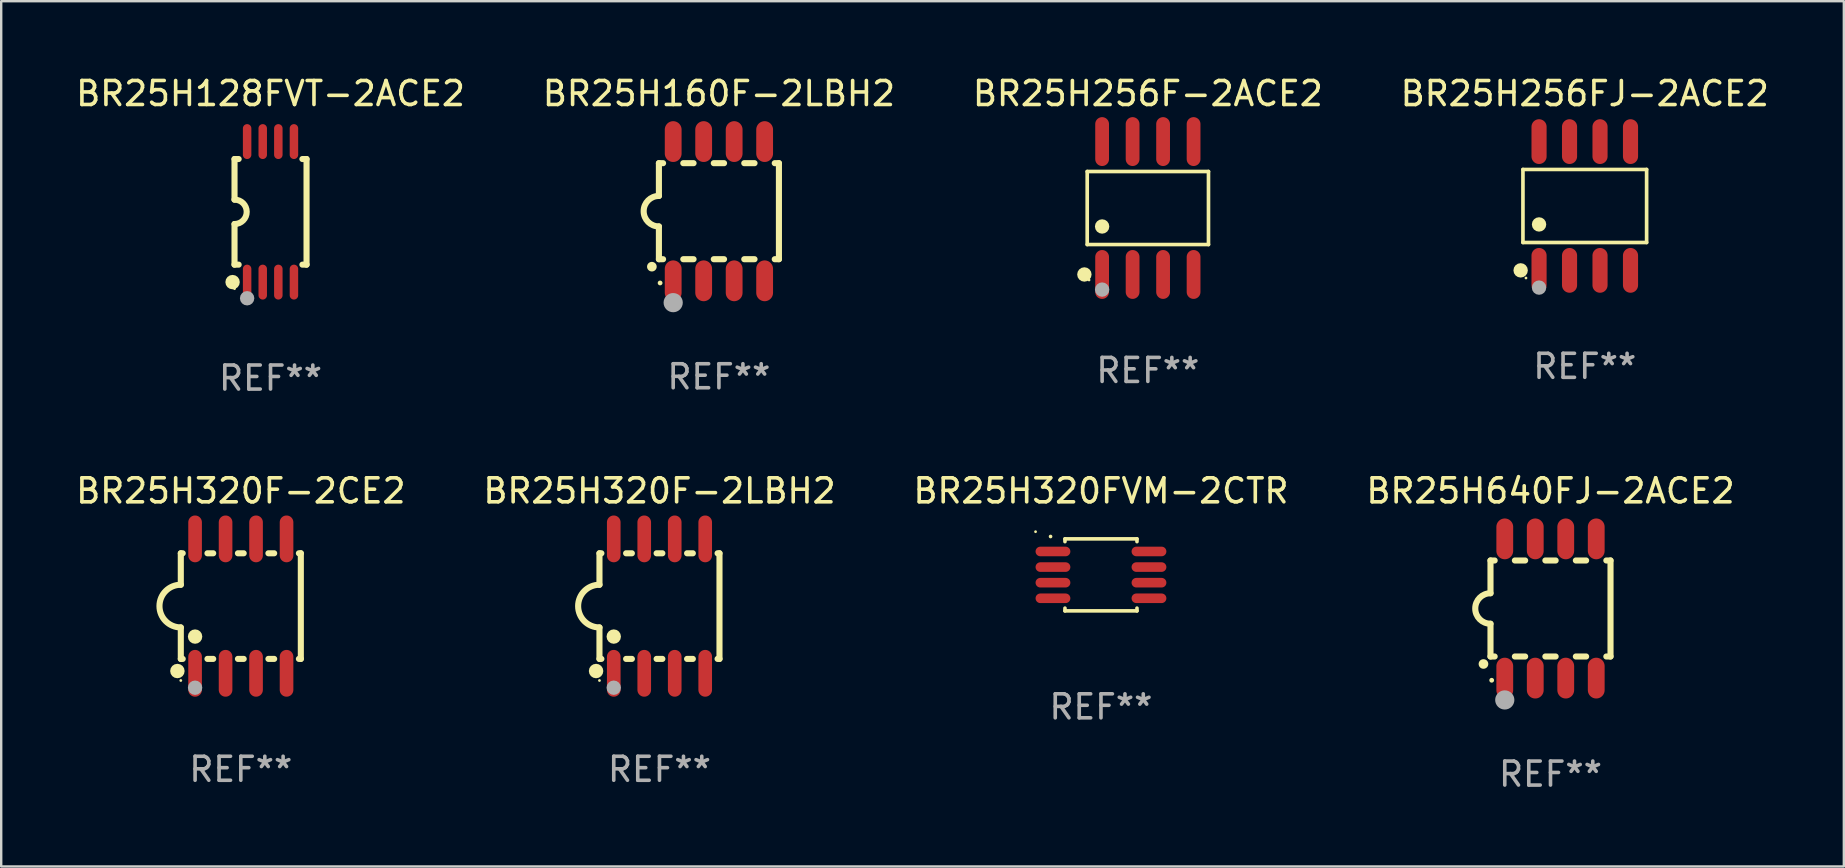
<source format=kicad_pcb>
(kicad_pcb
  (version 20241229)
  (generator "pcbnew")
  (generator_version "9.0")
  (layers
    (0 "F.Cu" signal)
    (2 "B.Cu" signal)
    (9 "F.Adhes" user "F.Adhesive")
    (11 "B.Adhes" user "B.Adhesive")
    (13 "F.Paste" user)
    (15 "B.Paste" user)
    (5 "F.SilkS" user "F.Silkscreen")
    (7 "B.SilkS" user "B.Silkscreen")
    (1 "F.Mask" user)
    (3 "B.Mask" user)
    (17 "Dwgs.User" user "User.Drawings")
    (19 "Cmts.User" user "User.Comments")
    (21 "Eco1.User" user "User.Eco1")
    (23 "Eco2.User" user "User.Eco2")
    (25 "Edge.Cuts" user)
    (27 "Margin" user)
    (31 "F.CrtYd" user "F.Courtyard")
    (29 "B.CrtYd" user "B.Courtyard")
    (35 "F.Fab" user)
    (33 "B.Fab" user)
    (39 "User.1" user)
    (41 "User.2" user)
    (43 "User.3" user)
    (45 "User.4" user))
  (footprint "BR25H320FVM-2CTR"
    (layer "F.Cu")
    (at 42.815 20.899)
    (property "Reference" "BR25H320FVM-2CTR" (at 0 -3.5 0) (layer "F.SilkS") (effects (font (size 1 1) (thickness 0.15))))
    (attr through_hole)
    (fp_line (start -1.5 -1.5) (end 1.5 -1.5) (stroke (width 0.15) (type solid)) (layer "F.SilkS"))
    (fp_line (start -1.5 -1.385) (end -1.5 -1.5) (stroke (width 0.15) (type solid)) (layer "F.SilkS"))
    (fp_line (start -1.5 1.5) (end -1.5 1.385) (stroke (width 0.15) (type solid)) (layer "F.SilkS"))
    (fp_line (start 1.5 -1.5) (end 1.5 -1.385) (stroke (width 0.15) (type solid)) (layer "F.SilkS"))
    (fp_line (start 1.5 1.385) (end 1.5 1.5) (stroke (width 0.15) (type solid)) (layer "F.SilkS"))
    (fp_line (start 1.5 1.5) (end -1.5 1.5) (stroke (width 0.15) (type solid)) (layer "F.SilkS"))
    (fp_arc (start -2.099873 -1.59746) (mid -2.099879 -1.59873) (end -2.099873 -1.6) (stroke (width 0.150013) (type solid)) (layer "F.SilkS"))
    (fp_circle (center -2.725 -1.799) (end -2.695 -1.799) (stroke (width 0.06) (type solid)) (fill no) (layer "F.SilkS"))
    (fp_text user "REF**" (at 0 5.5 0) (layer "F.Fab") (effects (font (size 1 1) (thickness 0.15))))
    (pad "1" smd oval (at -2 -0.975 180) (size 1.45 0.4) (layers "F.Cu" "F.Mask" "F.Paste"))
    (pad "2" smd oval (at -2 -0.325 180) (size 1.45 0.4) (layers "F.Cu" "F.Mask" "F.Paste"))
    (pad "3" smd oval (at -2 0.325 180) (size 1.45 0.4) (layers "F.Cu" "F.Mask" "F.Paste"))
    (pad "4" smd oval (at -2 0.975 180) (size 1.45 0.4) (layers "F.Cu" "F.Mask" "F.Paste"))
    (pad "5" smd oval (at 2 0.975 180) (size 1.45 0.4) (layers "F.Cu" "F.Mask" "F.Paste"))
    (pad "6" smd oval (at 2 0.325 180) (size 1.45 0.4) (layers "F.Cu" "F.Mask" "F.Paste"))
    (pad "7" smd oval (at 2 -0.325 180) (size 1.45 0.4) (layers "F.Cu" "F.Mask" "F.Paste"))
    (pad "8" smd oval (at 2 -0.976 180) (size 1.45 0.4) (layers "F.Cu" "F.Mask" "F.Paste")))
  (footprint "BR25H320F-2LBH2"
    (layer "F.Cu")
    (at 24.423 22.199)
    (property "Reference" "BR25H320F-2LBH2" (at 0 -4.8 0) (layer "F.SilkS") (effects (font (size 1 1) (thickness 0.15))))
    (attr through_hole)
    (fp_line (start -2.5 -2.2) (end -2.5 -0.889) (stroke (width 0.254) (type solid)) (layer "F.SilkS"))
    (fp_line (start -2.5 2.2) (end -2.5 0.889) (stroke (width 0.254) (type solid)) (layer "F.SilkS"))
    (fp_line (start -2.42 -2.2) (end -2.5 -2.2) (stroke (width 0.254) (type solid)) (layer "F.SilkS"))
    (fp_line (start -2.42 2.2) (end -2.5 2.2) (stroke (width 0.254) (type solid)) (layer "F.SilkS"))
    (fp_line (start -1.15 -2.2) (end -1.39 -2.2) (stroke (width 0.254) (type solid)) (layer "F.SilkS"))
    (fp_line (start -1.15 2.2) (end -1.39 2.2) (stroke (width 0.254) (type solid)) (layer "F.SilkS"))
    (fp_line (start 0.12 -2.2) (end -0.12 -2.2) (stroke (width 0.254) (type solid)) (layer "F.SilkS"))
    (fp_line (start 0.12 2.2) (end -0.12 2.2) (stroke (width 0.254) (type solid)) (layer "F.SilkS"))
    (fp_line (start 1.39 -2.2) (end 1.15 -2.2) (stroke (width 0.254) (type solid)) (layer "F.SilkS"))
    (fp_line (start 1.39 2.2) (end 1.15 2.2) (stroke (width 0.254) (type solid)) (layer "F.SilkS"))
    (fp_line (start 2.5 -2.2) (end 2.42 -2.2) (stroke (width 0.254) (type solid)) (layer "F.SilkS"))
    (fp_line (start 2.5 -2.2) (end 2.5 2.2) (stroke (width 0.254) (type solid)) (layer "F.SilkS"))
    (fp_line (start 2.5 2.2) (end 2.42 2.2) (stroke (width 0.254) (type solid)) (layer "F.SilkS"))
    (fp_arc (start -2.5 0.889002) (mid -3.388367 -0.000318) (end -2.499365 -0.889002) (stroke (width 0.254001) (type solid)) (layer "F.SilkS"))
    (fp_circle (center -2.642 2.705) (end -2.491 2.705) (stroke (width 0.3) (type solid)) (fill no) (layer "F.SilkS"))
    (fp_circle (center -2.5 3.1) (end -2.47 3.1) (stroke (width 0.06) (type solid)) (fill no) (layer "F.SilkS"))
    (fp_circle (center -1.905 1.27) (end -1.755 1.27) (stroke (width 0.3) (type solid)) (fill no) (layer "F.SilkS"))
    (fp_circle (center -1.905 3.4) (end -1.755 3.4) (stroke (width 0.3) (type solid)) (fill no) (layer "F.Fab"))
    (fp_text user "REF**" (at 0 6.8 0) (layer "F.Fab") (effects (font (size 1 1) (thickness 0.15))))
    (pad "1" smd oval (at -1.905 2.8) (size 0.568 1.95) (layers "F.Cu" "F.Mask" "F.Paste"))
    (pad "2" smd oval (at -0.635 2.8) (size 0.568 1.95) (layers "F.Cu" "F.Mask" "F.Paste"))
    (pad "3" smd oval (at 0.635 2.8) (size 0.568 1.95) (layers "F.Cu" "F.Mask" "F.Paste"))
    (pad "4" smd oval (at 1.905 2.8) (size 0.568 1.95) (layers "F.Cu" "F.Mask" "F.Paste"))
    (pad "5" smd oval (at 1.905 -2.8) (size 0.568 1.95) (layers "F.Cu" "F.Mask" "F.Paste"))
    (pad "6" smd oval (at 0.635 -2.8) (size 0.568 1.95) (layers "F.Cu" "F.Mask" "F.Paste"))
    (pad "7" smd oval (at -0.635 -2.8) (size 0.568 1.95) (layers "F.Cu" "F.Mask" "F.Paste"))
    (pad "8" smd oval (at -1.905 -2.8) (size 0.568 1.95) (layers "F.Cu" "F.Mask" "F.Paste")))
  (footprint "BR25H256F-2ACE2"
    (layer "F.Cu")
    (at 44.768 5.616)
    (property "Reference" "BR25H256F-2ACE2" (at 0 -4.768 0) (layer "F.SilkS") (effects (font (size 1 1) (thickness 0.15))))
    (attr through_hole)
    (fp_line (start -2.526 -1.521) (end 2.526 -1.521) (stroke (width 0.152) (type solid)) (layer "F.SilkS"))
    (fp_line (start -2.526 1.521) (end -2.526 -1.521) (stroke (width 0.152) (type solid)) (layer "F.SilkS"))
    (fp_line (start 2.526 -1.521) (end 2.526 1.521) (stroke (width 0.152) (type solid)) (layer "F.SilkS"))
    (fp_line (start 2.526 1.521) (end -2.526 1.521) (stroke (width 0.152) (type solid)) (layer "F.SilkS"))
    (fp_circle (center -2.644 2.768) (end -2.494 2.768) (stroke (width 0.3) (type solid)) (fill no) (layer "F.SilkS"))
    (fp_circle (center -2.45 2.998) (end -2.42 2.998) (stroke (width 0.06) (type solid)) (fill no) (layer "F.SilkS"))
    (fp_circle (center -1.905 0.769) (end -1.755 0.769) (stroke (width 0.3) (type solid)) (fill no) (layer "F.SilkS"))
    (fp_circle (center -1.905 3.398) (end -1.755 3.398) (stroke (width 0.3) (type solid)) (fill no) (layer "F.Fab"))
    (fp_text user "REF**" (at 0 6.768 0) (layer "F.Fab") (effects (font (size 1 1) (thickness 0.15))))
    (pad "1" smd oval (at -1.905 2.768) (size 0.574 2.036) (layers "F.Cu" "F.Mask" "F.Paste"))
    (pad "2" smd oval (at -0.635 2.768) (size 0.574 2.036) (layers "F.Cu" "F.Mask" "F.Paste"))
    (pad "3" smd oval (at 0.635 2.768) (size 0.574 2.036) (layers "F.Cu" "F.Mask" "F.Paste"))
    (pad "4" smd oval (at 1.905 2.768) (size 0.574 2.036) (layers "F.Cu" "F.Mask" "F.Paste"))
    (pad "5" smd oval (at 1.905 -2.768) (size 0.574 2.036) (layers "F.Cu" "F.Mask" "F.Paste"))
    (pad "6" smd oval (at 0.635 -2.768) (size 0.574 2.036) (layers "F.Cu" "F.Mask" "F.Paste"))
    (pad "7" smd oval (at -0.635 -2.768) (size 0.574 2.036) (layers "F.Cu" "F.Mask" "F.Paste"))
    (pad "8" smd oval (at -1.905 -2.768) (size 0.574 2.036) (layers "F.Cu" "F.Mask" "F.Paste")))
  (footprint "BR25H640FJ-2ACE2"
    (layer "F.Cu")
    (at 61.542 22.299)
    (property "Reference" "BR25H640FJ-2ACE2" (at 0 -4.9 0) (layer "F.SilkS") (effects (font (size 1 1) (thickness 0.15))))
    (attr through_hole)
    (fp_line (start -2.5 -2) (end -2.5 -0.635) (stroke (width 0.254) (type solid)) (layer "F.SilkS"))
    (fp_line (start -2.5 -2) (end -2.326 -2) (stroke (width 0.254) (type solid)) (layer "F.SilkS"))
    (fp_line (start -2.5 2) (end -2.5 0.635) (stroke (width 0.254) (type solid)) (layer "F.SilkS"))
    (fp_line (start -2.5 2) (end -2.326 2) (stroke (width 0.254) (type solid)) (layer "F.SilkS"))
    (fp_line (start -1.484 -2) (end -1.056 -2) (stroke (width 0.254) (type solid)) (layer "F.SilkS"))
    (fp_line (start -1.484 2) (end -1.056 2) (stroke (width 0.254) (type solid)) (layer "F.SilkS"))
    (fp_line (start -0.214 -2) (end 0.214 -2) (stroke (width 0.254) (type solid)) (layer "F.SilkS"))
    (fp_line (start -0.214 2) (end 0.214 2) (stroke (width 0.254) (type solid)) (layer "F.SilkS"))
    (fp_line (start 1.056 -2) (end 1.484 -2) (stroke (width 0.254) (type solid)) (layer "F.SilkS"))
    (fp_line (start 1.056 2) (end 1.484 2) (stroke (width 0.254) (type solid)) (layer "F.SilkS"))
    (fp_line (start 2.326 -2) (end 2.5 -2) (stroke (width 0.254) (type solid)) (layer "F.SilkS"))
    (fp_line (start 2.326 2) (end 2.5 2) (stroke (width 0.254) (type solid)) (layer "F.SilkS"))
    (fp_line (start 2.5 -2) (end 2.5 2) (stroke (width 0.254) (type solid)) (layer "F.SilkS"))
    (fp_arc (start -2.794006 2.311405) (mid -2.792736 2.311401) (end -2.791466 2.311405) (stroke (width 0.4) (type solid)) (layer "F.SilkS"))
    (fp_arc (start -2.5 0.635001) (mid -3.134366 -0.000318) (end -2.499365 -0.635001) (stroke (width 0.254001) (type solid)) (layer "F.SilkS"))
    (fp_circle (center -2.45 2.99) (end -2.4 2.99) (stroke (width 0.1) (type solid)) (fill no) (layer "F.SilkS"))
    (fp_circle (center -1.905 3.81) (end -1.705 3.81) (stroke (width 0.4) (type solid)) (fill no) (layer "F.Fab"))
    (fp_text user "REF**" (at 0 6.9 0) (layer "F.Fab") (effects (font (size 1 1) (thickness 0.15))))
    (pad "1" smd oval (at -1.905 2.9 180) (size 0.7 1.7) (layers "F.Cu" "F.Mask" "F.Paste"))
    (pad "2" smd oval (at -0.635 2.9 180) (size 0.7 1.7) (layers "F.Cu" "F.Mask" "F.Paste"))
    (pad "3" smd oval (at 0.635 2.9 180) (size 0.7 1.7) (layers "F.Cu" "F.Mask" "F.Paste"))
    (pad "4" smd oval (at 1.905 2.9 180) (size 0.7 1.7) (layers "F.Cu" "F.Mask" "F.Paste"))
    (pad "5" smd oval (at 1.905 -2.9 180) (size 0.7 1.7) (layers "F.Cu" "F.Mask" "F.Paste"))
    (pad "6" smd oval (at 0.635 -2.9 180) (size 0.7 1.7) (layers "F.Cu" "F.Mask" "F.Paste"))
    (pad "7" smd oval (at -0.635 -2.9 180) (size 0.7 1.7) (layers "F.Cu" "F.Mask" "F.Paste"))
    (pad "8" smd oval (at -1.905 -2.9 180) (size 0.7 1.7) (layers "F.Cu" "F.Mask" "F.Paste")))
  (footprint "BR25H320F-2CE2"
    (layer "F.Cu")
    (at 6.982 22.199)
    (property "Reference" "BR25H320F-2CE2" (at 0 -4.8 0) (layer "F.SilkS") (effects (font (size 1 1) (thickness 0.15))))
    (attr through_hole)
    (fp_line (start -2.5 -2.2) (end -2.5 -0.889) (stroke (width 0.254) (type solid)) (layer "F.SilkS"))
    (fp_line (start -2.5 2.2) (end -2.5 0.889) (stroke (width 0.254) (type solid)) (layer "F.SilkS"))
    (fp_line (start -2.42 -2.2) (end -2.5 -2.2) (stroke (width 0.254) (type solid)) (layer "F.SilkS"))
    (fp_line (start -2.42 2.2) (end -2.5 2.2) (stroke (width 0.254) (type solid)) (layer "F.SilkS"))
    (fp_line (start -1.15 -2.2) (end -1.39 -2.2) (stroke (width 0.254) (type solid)) (layer "F.SilkS"))
    (fp_line (start -1.15 2.2) (end -1.39 2.2) (stroke (width 0.254) (type solid)) (layer "F.SilkS"))
    (fp_line (start 0.12 -2.2) (end -0.12 -2.2) (stroke (width 0.254) (type solid)) (layer "F.SilkS"))
    (fp_line (start 0.12 2.2) (end -0.12 2.2) (stroke (width 0.254) (type solid)) (layer "F.SilkS"))
    (fp_line (start 1.39 -2.2) (end 1.15 -2.2) (stroke (width 0.254) (type solid)) (layer "F.SilkS"))
    (fp_line (start 1.39 2.2) (end 1.15 2.2) (stroke (width 0.254) (type solid)) (layer "F.SilkS"))
    (fp_line (start 2.5 -2.2) (end 2.42 -2.2) (stroke (width 0.254) (type solid)) (layer "F.SilkS"))
    (fp_line (start 2.5 -2.2) (end 2.5 2.2) (stroke (width 0.254) (type solid)) (layer "F.SilkS"))
    (fp_line (start 2.5 2.2) (end 2.42 2.2) (stroke (width 0.254) (type solid)) (layer "F.SilkS"))
    (fp_arc (start -2.5 0.889002) (mid -3.388367 -0.000318) (end -2.499365 -0.889002) (stroke (width 0.254001) (type solid)) (layer "F.SilkS"))
    (fp_circle (center -2.642 2.705) (end -2.491 2.705) (stroke (width 0.3) (type solid)) (fill no) (layer "F.SilkS"))
    (fp_circle (center -2.5 3.1) (end -2.47 3.1) (stroke (width 0.06) (type solid)) (fill no) (layer "F.SilkS"))
    (fp_circle (center -1.905 1.27) (end -1.755 1.27) (stroke (width 0.3) (type solid)) (fill no) (layer "F.SilkS"))
    (fp_circle (center -1.905 3.4) (end -1.755 3.4) (stroke (width 0.3) (type solid)) (fill no) (layer "F.Fab"))
    (fp_text user "REF**" (at 0 6.8 0) (layer "F.Fab") (effects (font (size 1 1) (thickness 0.15))))
    (pad "1" smd oval (at -1.905 2.8) (size 0.568 1.95) (layers "F.Cu" "F.Mask" "F.Paste"))
    (pad "2" smd oval (at -0.635 2.8) (size 0.568 1.95) (layers "F.Cu" "F.Mask" "F.Paste"))
    (pad "3" smd oval (at 0.635 2.8) (size 0.568 1.95) (layers "F.Cu" "F.Mask" "F.Paste"))
    (pad "4" smd oval (at 1.905 2.8) (size 0.568 1.95) (layers "F.Cu" "F.Mask" "F.Paste"))
    (pad "5" smd oval (at 1.905 -2.8) (size 0.568 1.95) (layers "F.Cu" "F.Mask" "F.Paste"))
    (pad "6" smd oval (at 0.635 -2.8) (size 0.568 1.95) (layers "F.Cu" "F.Mask" "F.Paste"))
    (pad "7" smd oval (at -0.635 -2.8) (size 0.568 1.95) (layers "F.Cu" "F.Mask" "F.Paste"))
    (pad "8" smd oval (at -1.905 -2.8) (size 0.568 1.95) (layers "F.Cu" "F.Mask" "F.Paste")))
  (footprint "BR25H256FJ-2ACE2"
    (layer "F.Cu")
    (at 62.97 5.531)
    (property "Reference" "BR25H256FJ-2ACE2" (at 0 -4.682 0) (layer "F.SilkS") (effects (font (size 1 1) (thickness 0.15))))
    (attr through_hole)
    (fp_line (start -2.576 -1.521) (end 2.576 -1.521) (stroke (width 0.152) (type solid)) (layer "F.SilkS"))
    (fp_line (start -2.576 1.521) (end -2.576 -1.521) (stroke (width 0.152) (type solid)) (layer "F.SilkS"))
    (fp_line (start 2.576 -1.521) (end 2.576 1.521) (stroke (width 0.152) (type solid)) (layer "F.SilkS"))
    (fp_line (start 2.576 1.521) (end -2.576 1.521) (stroke (width 0.152) (type solid)) (layer "F.SilkS"))
    (fp_circle (center -2.672 2.682) (end -2.522 2.682) (stroke (width 0.3) (type solid)) (fill no) (layer "F.SilkS"))
    (fp_circle (center -2.45 3) (end -2.42 3) (stroke (width 0.06) (type solid)) (fill no) (layer "F.SilkS"))
    (fp_circle (center -1.905 0.769) (end -1.755 0.769) (stroke (width 0.3) (type solid)) (fill no) (layer "F.SilkS"))
    (fp_circle (center -1.905 3.4) (end -1.755 3.4) (stroke (width 0.3) (type solid)) (fill no) (layer "F.Fab"))
    (fp_text user "REF**" (at 0 6.682 0) (layer "F.Fab") (effects (font (size 1 1) (thickness 0.15))))
    (pad "1" smd oval (at -1.905 2.682) (size 0.63 1.865) (layers "F.Cu" "F.Mask" "F.Paste"))
    (pad "2" smd oval (at -0.635 2.682) (size 0.63 1.865) (layers "F.Cu" "F.Mask" "F.Paste"))
    (pad "3" smd oval (at 0.635 2.682) (size 0.63 1.865) (layers "F.Cu" "F.Mask" "F.Paste"))
    (pad "4" smd oval (at 1.905 2.682) (size 0.63 1.865) (layers "F.Cu" "F.Mask" "F.Paste"))
    (pad "5" smd oval (at 1.905 -2.682) (size 0.63 1.865) (layers "F.Cu" "F.Mask" "F.Paste"))
    (pad "6" smd oval (at 0.635 -2.682) (size 0.63 1.865) (layers "F.Cu" "F.Mask" "F.Paste"))
    (pad "7" smd oval (at -0.635 -2.682) (size 0.63 1.865) (layers "F.Cu" "F.Mask" "F.Paste"))
    (pad "8" smd oval (at -1.905 -2.682) (size 0.63 1.865) (layers "F.Cu" "F.Mask" "F.Paste")))
  (footprint "BR25H160F-2LBH2"
    (layer "F.Cu")
    (at 26.899 5.748)
    (property "Reference" "BR25H160F-2LBH2" (at 0 -4.9 0) (layer "F.SilkS") (effects (font (size 1 1) (thickness 0.15))))
    (attr through_hole)
    (fp_line (start -2.5 -2) (end -2.5 -0.635) (stroke (width 0.254) (type solid)) (layer "F.SilkS"))
    (fp_line (start -2.5 -2) (end -2.326 -2) (stroke (width 0.254) (type solid)) (layer "F.SilkS"))
    (fp_line (start -2.5 2) (end -2.5 0.635) (stroke (width 0.254) (type solid)) (layer "F.SilkS"))
    (fp_line (start -2.5 2) (end -2.326 2) (stroke (width 0.254) (type solid)) (layer "F.SilkS"))
    (fp_line (start -1.484 -2) (end -1.056 -2) (stroke (width 0.254) (type solid)) (layer "F.SilkS"))
    (fp_line (start -1.484 2) (end -1.056 2) (stroke (width 0.254) (type solid)) (layer "F.SilkS"))
    (fp_line (start -0.214 -2) (end 0.214 -2) (stroke (width 0.254) (type solid)) (layer "F.SilkS"))
    (fp_line (start -0.214 2) (end 0.214 2) (stroke (width 0.254) (type solid)) (layer "F.SilkS"))
    (fp_line (start 1.056 -2) (end 1.484 -2) (stroke (width 0.254) (type solid)) (layer "F.SilkS"))
    (fp_line (start 1.056 2) (end 1.484 2) (stroke (width 0.254) (type solid)) (layer "F.SilkS"))
    (fp_line (start 2.326 -2) (end 2.5 -2) (stroke (width 0.254) (type solid)) (layer "F.SilkS"))
    (fp_line (start 2.326 2) (end 2.5 2) (stroke (width 0.254) (type solid)) (layer "F.SilkS"))
    (fp_line (start 2.5 -2) (end 2.5 2) (stroke (width 0.254) (type solid)) (layer "F.SilkS"))
    (fp_arc (start -2.794006 2.311405) (mid -2.792736 2.311401) (end -2.791466 2.311405) (stroke (width 0.4) (type solid)) (layer "F.SilkS"))
    (fp_arc (start -2.5 0.635001) (mid -3.134366 -0.000318) (end -2.499365 -0.635001) (stroke (width 0.254001) (type solid)) (layer "F.SilkS"))
    (fp_circle (center -2.45 2.99) (end -2.4 2.99) (stroke (width 0.1) (type solid)) (fill no) (layer "F.SilkS"))
    (fp_circle (center -1.905 3.81) (end -1.705 3.81) (stroke (width 0.4) (type solid)) (fill no) (layer "F.Fab"))
    (fp_text user "REF**" (at 0 6.9 0) (layer "F.Fab") (effects (font (size 1 1) (thickness 0.15))))
    (pad "1" smd oval (at -1.905 2.9 180) (size 0.7 1.7) (layers "F.Cu" "F.Mask" "F.Paste"))
    (pad "2" smd oval (at -0.635 2.9 180) (size 0.7 1.7) (layers "F.Cu" "F.Mask" "F.Paste"))
    (pad "3" smd oval (at 0.635 2.9 180) (size 0.7 1.7) (layers "F.Cu" "F.Mask" "F.Paste"))
    (pad "4" smd oval (at 1.905 2.9 180) (size 0.7 1.7) (layers "F.Cu" "F.Mask" "F.Paste"))
    (pad "5" smd oval (at 1.905 -2.9 180) (size 0.7 1.7) (layers "F.Cu" "F.Mask" "F.Paste"))
    (pad "6" smd oval (at 0.635 -2.9 180) (size 0.7 1.7) (layers "F.Cu" "F.Mask" "F.Paste"))
    (pad "7" smd oval (at -0.635 -2.9 180) (size 0.7 1.7) (layers "F.Cu" "F.Mask" "F.Paste"))
    (pad "8" smd oval (at -1.905 -2.9 180) (size 0.7 1.7) (layers "F.Cu" "F.Mask" "F.Paste")))
  (footprint "BR25H128FVT-2ACE2"
    (layer "F.Cu")
    (at 8.22 5.775)
    (property "Reference" "BR25H128FVT-2ACE2" (at 0 -4.927 0) (layer "F.SilkS") (effects (font (size 1 1) (thickness 0.15))))
    (attr through_hole)
    (fp_line (start -1.5 -2.2) (end -1.5 -0.508) (stroke (width 0.254) (type solid)) (layer "F.SilkS"))
    (fp_line (start -1.5 -2.2) (end -1.328 -2.2) (stroke (width 0.254) (type solid)) (layer "F.SilkS"))
    (fp_line (start -1.5 2.2) (end -1.5 0.508) (stroke (width 0.254) (type solid)) (layer "F.SilkS"))
    (fp_line (start -1.5 2.2) (end -1.328 2.2) (stroke (width 0.254) (type solid)) (layer "F.SilkS"))
    (fp_line (start 1.328 -2.2) (end 1.5 -2.2) (stroke (width 0.254) (type solid)) (layer "F.SilkS"))
    (fp_line (start 1.328 2.2) (end 1.5 2.2) (stroke (width 0.254) (type solid)) (layer "F.SilkS"))
    (fp_line (start 1.5 -2.2) (end 1.5 2.2) (stroke (width 0.254) (type solid)) (layer "F.SilkS"))
    (fp_arc (start -1.501144 -0.508) (mid -0.993143 -0.000571) (end -1.5 0.508001) (stroke (width 0.254001) (type solid)) (layer "F.SilkS"))
    (fp_circle (center -1.581 2.927) (end -1.431 2.927) (stroke (width 0.3) (type solid)) (fill no) (layer "F.SilkS"))
    (fp_circle (center -1.5 3.2) (end -1.47 3.2) (stroke (width 0.06) (type solid)) (fill no) (layer "F.SilkS"))
    (fp_circle (center -0.975 3.6) (end -0.825 3.6) (stroke (width 0.3) (type solid)) (fill no) (layer "F.Fab"))
    (fp_text user "REF**" (at 0 6.927 0) (layer "F.Fab") (effects (font (size 1 1) (thickness 0.15))))
    (pad "1" smd oval (at -0.975 2.927) (size 0.353 1.454) (layers "F.Cu" "F.Mask" "F.Paste"))
    (pad "2" smd oval (at -0.325 2.927) (size 0.353 1.454) (layers "F.Cu" "F.Mask" "F.Paste"))
    (pad "3" smd oval (at 0.325 2.927) (size 0.353 1.454) (layers "F.Cu" "F.Mask" "F.Paste"))
    (pad "4" smd oval (at 0.975 2.927) (size 0.353 1.454) (layers "F.Cu" "F.Mask" "F.Paste"))
    (pad "5" smd oval (at 0.975 -2.927) (size 0.353 1.454) (layers "F.Cu" "F.Mask" "F.Paste"))
    (pad "6" smd oval (at 0.325 -2.927) (size 0.353 1.454) (layers "F.Cu" "F.Mask" "F.Paste"))
    (pad "7" smd oval (at -0.325 -2.927) (size 0.353 1.454) (layers "F.Cu" "F.Mask" "F.Paste"))
    (pad "8" smd oval (at -0.975 -2.927) (size 0.353 1.454) (layers "F.Cu" "F.Mask" "F.Paste")))
  (gr_rect
    (start -3 -3)
    (end 73.762 33.047)
    (stroke (width 0.1) (type default))
    (fill no)
    (layer "Edge.Cuts")))
</source>
